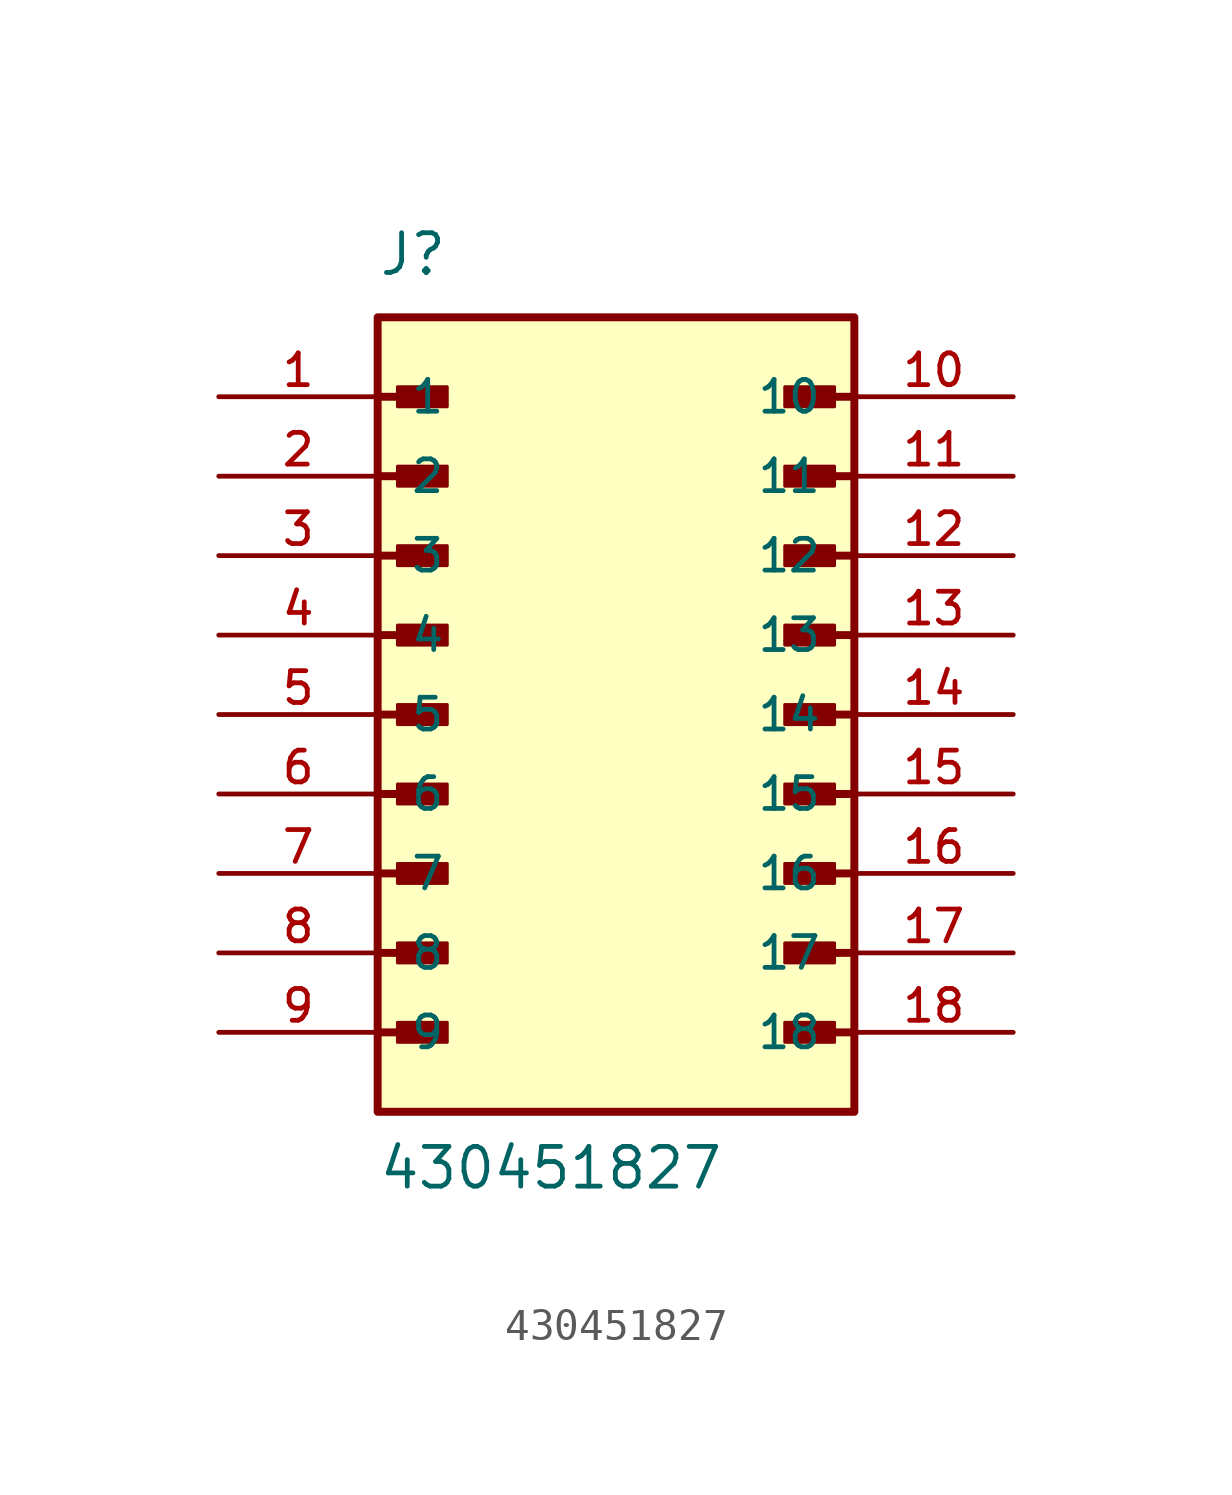
<source format=kicad_sym>
(kicad_symbol_lib
  (version 20211014)
  (generator kicad_symbol_editor)
  (symbol "430451827"
    (pin_names
      (offset 1.016))
    (property "Reference" "J"
      (at -7.62 13.97 0)
      (effects (font (size 1.27 1.27)) (justify bottom left)))
    (property "Value" "430451827"
      (at -7.62 -15.24 0)
      (effects (font (size 1.27 1.27)) (justify bottom left)))
    (symbol "430451827_0_0"
      (polyline (pts (xy -7.62 10.16) (xy -5.715 10.16)) (stroke (width 0.254)))
      (rectangle (start -6.985 9.842) (end -5.397 10.477) (stroke (width 0.1)) (fill (type outline)))
      (polyline (pts (xy -7.62 7.62) (xy -5.715 7.62)) (stroke (width 0.254)))
      (rectangle (start -6.985 7.303) (end -5.397 7.938) (stroke (width 0.1)) (fill (type outline)))
      (polyline (pts (xy -7.62 5.08) (xy -5.715 5.08)) (stroke (width 0.254)))
      (rectangle (start -6.985 4.763) (end -5.397 5.397) (stroke (width 0.1)) (fill (type outline)))
      (polyline (pts (xy -7.62 2.54) (xy -5.715 2.54)) (stroke (width 0.254)))
      (rectangle (start -6.985 2.223) (end -5.397 2.857) (stroke (width 0.1)) (fill (type outline)))
      (polyline (pts (xy -7.62 0.0) (xy -5.715 0.0)) (stroke (width 0.254)))
      (rectangle (start -6.985 -0.318) (end -5.397 0.318) (stroke (width 0.1)) (fill (type outline)))
      (polyline (pts (xy -7.62 -2.54) (xy -5.715 -2.54)) (stroke (width 0.254)))
      (rectangle (start -6.985 -2.857) (end -5.397 -2.223) (stroke (width 0.1)) (fill (type outline)))
      (polyline (pts (xy -7.62 -5.08) (xy -5.715 -5.08)) (stroke (width 0.254)))
      (rectangle (start -6.985 -5.397) (end -5.397 -4.763) (stroke (width 0.1)) (fill (type outline)))
      (polyline (pts (xy -7.62 -7.62) (xy -5.715 -7.62)) (stroke (width 0.254)))
      (rectangle (start -6.985 -7.938) (end -5.397 -7.303) (stroke (width 0.1)) (fill (type outline)))
      (polyline (pts (xy -7.62 -10.16) (xy -5.715 -10.16)) (stroke (width 0.254)))
      (rectangle (start -6.985 -10.477) (end -5.397 -9.842) (stroke (width 0.1)) (fill (type outline)))
      (polyline (pts (xy 7.62 10.16) (xy 5.715 10.16)) (stroke (width 0.254)))
      (rectangle (start 5.397 9.842) (end 6.985 10.477) (stroke (width 0.1)) (fill (type outline)))
      (polyline (pts (xy 7.62 7.62) (xy 5.715 7.62)) (stroke (width 0.254)))
      (rectangle (start 5.397 7.303) (end 6.985 7.938) (stroke (width 0.1)) (fill (type outline)))
      (polyline (pts (xy 7.62 5.08) (xy 5.715 5.08)) (stroke (width 0.254)))
      (rectangle (start 5.397 4.763) (end 6.985 5.397) (stroke (width 0.1)) (fill (type outline)))
      (polyline (pts (xy 7.62 2.54) (xy 5.715 2.54)) (stroke (width 0.254)))
      (rectangle (start 5.397 2.223) (end 6.985 2.857) (stroke (width 0.1)) (fill (type outline)))
      (polyline (pts (xy 7.62 0.0) (xy 5.715 0.0)) (stroke (width 0.254)))
      (rectangle (start 5.397 -0.318) (end 6.985 0.318) (stroke (width 0.1)) (fill (type outline)))
      (polyline (pts (xy 7.62 -2.54) (xy 5.715 -2.54)) (stroke (width 0.254)))
      (rectangle (start 5.397 -2.857) (end 6.985 -2.223) (stroke (width 0.1)) (fill (type outline)))
      (polyline (pts (xy 7.62 -5.08) (xy 5.715 -5.08)) (stroke (width 0.254)))
      (rectangle (start 5.397 -5.397) (end 6.985 -4.763) (stroke (width 0.1)) (fill (type outline)))
      (polyline (pts (xy 7.62 -7.62) (xy 5.715 -7.62)) (stroke (width 0.254)))
      (rectangle (start 5.397 -7.938) (end 6.985 -7.303) (stroke (width 0.1)) (fill (type outline)))
      (polyline (pts (xy 7.62 -10.16) (xy 5.715 -10.16)) (stroke (width 0.254)))
      (rectangle (start 5.397 -10.477) (end 6.985 -9.842) (stroke (width 0.1)) (fill (type outline)))
      (rectangle (start -7.62 -12.7) (end 7.62 12.7) (stroke (width 0.254)) (fill (type background)))
      (pin passive line (at -12.7 10.16 0) (length 5.08) (name "1" (effects (font (size 1.016 1.016)))) (number "1" (effects (font (size 1.016 1.016)))))
      (pin passive line (at -12.7 7.62 0) (length 5.08) (name "2" (effects (font (size 1.016 1.016)))) (number "2" (effects (font (size 1.016 1.016)))))
      (pin passive line (at -12.7 5.08 0) (length 5.08) (name "3" (effects (font (size 1.016 1.016)))) (number "3" (effects (font (size 1.016 1.016)))))
      (pin passive line (at -12.7 2.54 0) (length 5.08) (name "4" (effects (font (size 1.016 1.016)))) (number "4" (effects (font (size 1.016 1.016)))))
      (pin passive line (at -12.7 0.0 0) (length 5.08) (name "5" (effects (font (size 1.016 1.016)))) (number "5" (effects (font (size 1.016 1.016)))))
      (pin passive line (at -12.7 -2.54 0) (length 5.08) (name "6" (effects (font (size 1.016 1.016)))) (number "6" (effects (font (size 1.016 1.016)))))
      (pin passive line (at -12.7 -5.08 0) (length 5.08) (name "7" (effects (font (size 1.016 1.016)))) (number "7" (effects (font (size 1.016 1.016)))))
      (pin passive line (at -12.7 -7.62 0) (length 5.08) (name "8" (effects (font (size 1.016 1.016)))) (number "8" (effects (font (size 1.016 1.016)))))
      (pin passive line (at -12.7 -10.16 0) (length 5.08) (name "9" (effects (font (size 1.016 1.016)))) (number "9" (effects (font (size 1.016 1.016)))))
      (pin passive line (at 12.7 10.16 180.0) (length 5.08) (name "10" (effects (font (size 1.016 1.016)))) (number "10" (effects (font (size 1.016 1.016)))))
      (pin passive line (at 12.7 7.62 180.0) (length 5.08) (name "11" (effects (font (size 1.016 1.016)))) (number "11" (effects (font (size 1.016 1.016)))))
      (pin passive line (at 12.7 5.08 180.0) (length 5.08) (name "12" (effects (font (size 1.016 1.016)))) (number "12" (effects (font (size 1.016 1.016)))))
      (pin passive line (at 12.7 2.54 180.0) (length 5.08) (name "13" (effects (font (size 1.016 1.016)))) (number "13" (effects (font (size 1.016 1.016)))))
      (pin passive line (at 12.7 0.0 180.0) (length 5.08) (name "14" (effects (font (size 1.016 1.016)))) (number "14" (effects (font (size 1.016 1.016)))))
      (pin passive line (at 12.7 -2.54 180.0) (length 5.08) (name "15" (effects (font (size 1.016 1.016)))) (number "15" (effects (font (size 1.016 1.016)))))
      (pin passive line (at 12.7 -5.08 180.0) (length 5.08) (name "16" (effects (font (size 1.016 1.016)))) (number "16" (effects (font (size 1.016 1.016)))))
      (pin passive line (at 12.7 -7.62 180.0) (length 5.08) (name "17" (effects (font (size 1.016 1.016)))) (number "17" (effects (font (size 1.016 1.016)))))
      (pin passive line (at 12.7 -10.16 180.0) (length 5.08) (name "18" (effects (font (size 1.016 1.016)))) (number "18" (effects (font (size 1.016 1.016))))))))
</source>
